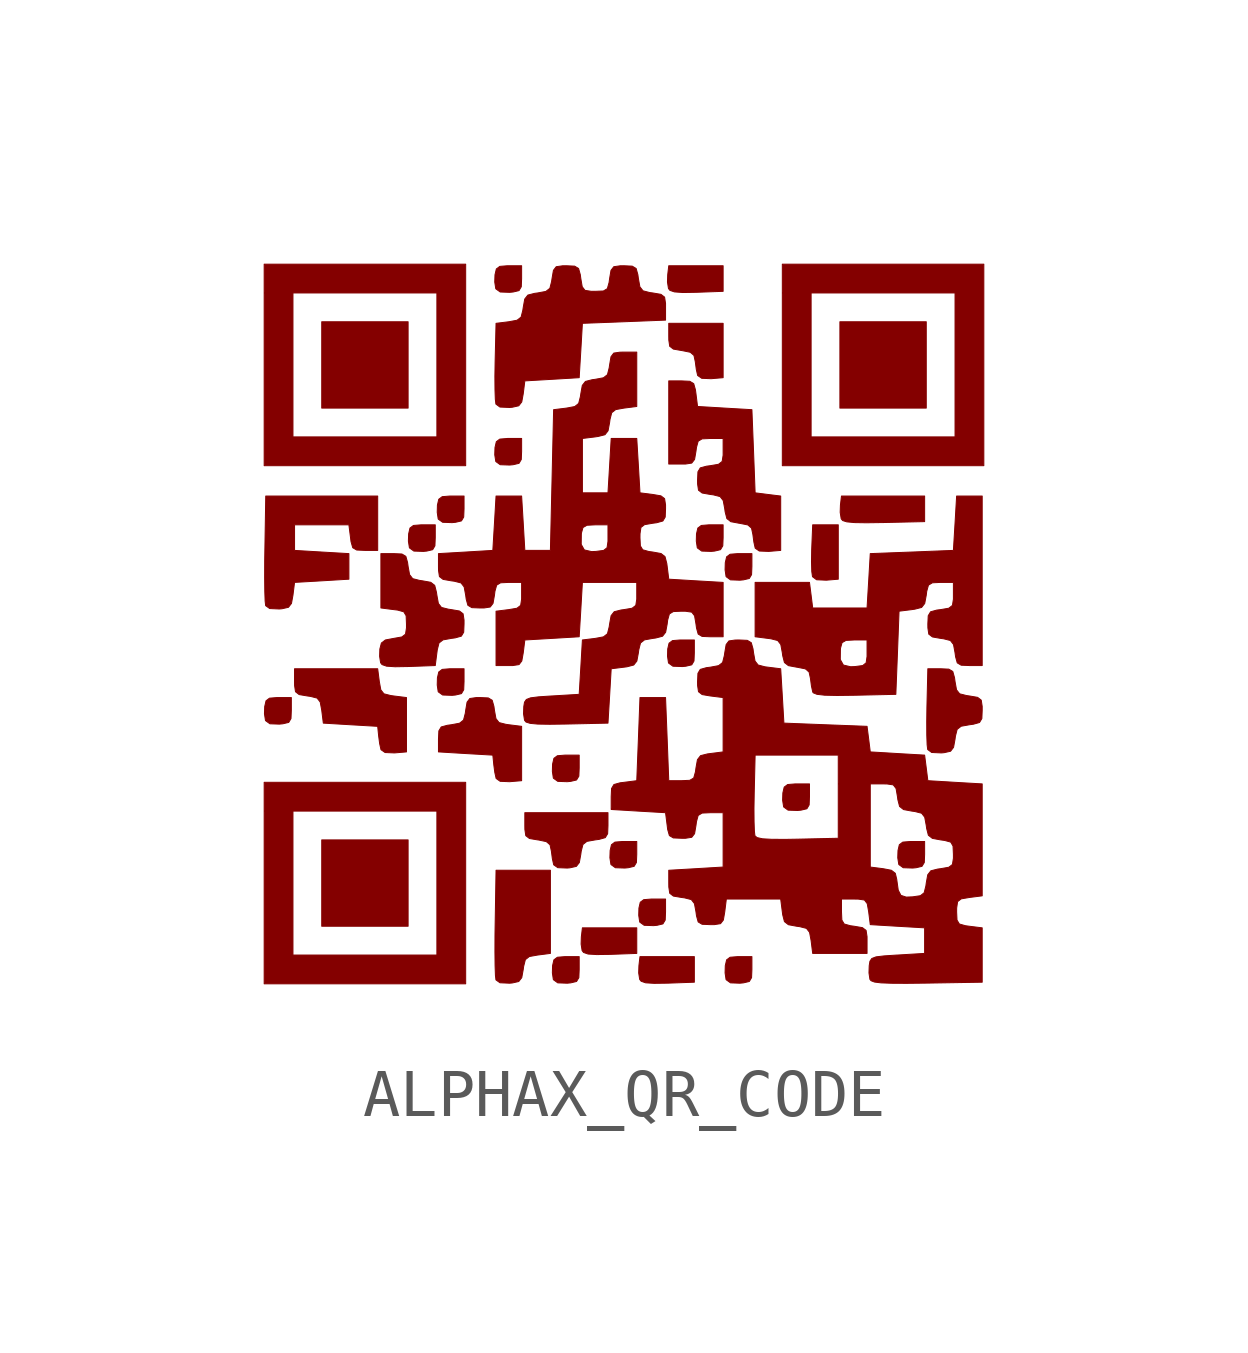
<source format=kicad_sym>
(kicad_symbol_lib
  (version 20220914)
  (generator kicad_symbol_editor)
  (symbol "ALPHAX_QR_CODE"
    (pin_names
      (offset 1.016))
    (property "Reference" "G"
      (at 0 9.365 0)
      (effects (font (size 1.27 1.27)) hide))
    (symbol "ALPHAX_QR_CODE_0_0"
      (polyline (pts (xy -4.533 -4.467) (xy -6.333 -4.467) (xy -6.333 -6.267) (xy -4.533 -6.267) (xy -4.533 -4.467)) (stroke (width 0.01) (type default)) (fill (type outline)))
      (polyline (pts (xy -4.533 6.333) (xy -6.333 6.333) (xy -6.333 4.533) (xy -4.533 4.533) (xy -4.533 6.333)) (stroke (width 0.01) (type default)) (fill (type outline)))
      (polyline (pts (xy 6.267 6.333) (xy 4.467 6.333) (xy 4.467 4.533) (xy 6.267 4.533) (xy 6.267 6.333)) (stroke (width 0.01) (type default)) (fill (type outline)))
      (polyline (pts (xy -0.318 -6.853) (xy 0.233 -6.833) (xy 0.233 -6.3) (xy -0.9 -6.3) (xy -0.922 -6.489) (xy -0.927 -6.639) (xy -0.906 -6.775) (xy -0.876 -6.813) (xy -0.782 -6.846) (xy -0.604 -6.857) (xy -0.318 -6.853)) (stroke (width 0.01) (type default)) (fill (type outline)))
      (polyline (pts (xy 0.882 -7.453) (xy 1.433 -7.433) (xy 1.433 -6.9) (xy 0.3 -6.9) (xy 0.278 -7.089) (xy 0.273 -7.239) (xy 0.294 -7.375) (xy 0.324 -7.413) (xy 0.418 -7.446) (xy 0.596 -7.457) (xy 0.882 -7.453)) (stroke (width 0.01) (type default)) (fill (type outline)))
      (polyline (pts (xy 1.482 6.947) (xy 2.033 6.967) (xy 2.033 7.5) (xy 0.9 7.5) (xy 0.878 7.311) (xy 0.873 7.161) (xy 0.894 7.025) (xy 0.924 6.987) (xy 1.018 6.955) (xy 1.196 6.942) (xy 1.482 6.947)) (stroke (width 0.01) (type default)) (fill (type outline)))
      (polyline (pts (xy 4.433 0.967) (xy 4.433 2.1) (xy 3.9 2.1) (xy 3.88 1.606) (xy 3.879 1.581) (xy 3.875 1.329) (xy 3.881 1.128) (xy 3.896 1.019) (xy 3.981 0.955) (xy 4.183 0.946) (xy 4.433 0.967)) (stroke (width 0.01) (type default)) (fill (type outline)))
      (polyline (pts (xy -3.333 -3.267) (xy -7.533 -3.267) (xy -7.533 -3.867) (xy -6.933 -3.867) (xy -3.933 -3.867) (xy -3.933 -6.867) (xy -6.933 -6.867) (xy -6.933 -3.867) (xy -7.533 -3.867) (xy -7.533 -7.467) (xy -3.333 -7.467) (xy -3.333 -3.267)) (stroke (width 0.01) (type default)) (fill (type outline)))
      (polyline (pts (xy -3.333 7.533) (xy -7.533 7.533) (xy -7.533 6.933) (xy -6.933 6.933) (xy -3.933 6.933) (xy -3.933 3.933) (xy -6.933 3.933) (xy -6.933 6.933) (xy -7.533 6.933) (xy -7.533 3.333) (xy -3.333 3.333) (xy -3.333 7.533)) (stroke (width 0.01) (type default)) (fill (type outline)))
      (polyline (pts (xy 5.382 2.148) (xy 6.233 2.167) (xy 6.233 2.7) (xy 4.5 2.7) (xy 4.478 2.511) (xy 4.473 2.361) (xy 4.494 2.226) (xy 4.525 2.189) (xy 4.611 2.162) (xy 4.769 2.147) (xy 5.019 2.143) (xy 5.382 2.148)) (stroke (width 0.01) (type default)) (fill (type outline)))
      (polyline (pts (xy 7.467 7.533) (xy 3.267 7.533) (xy 3.267 6.933) (xy 3.867 6.933) (xy 6.867 6.933) (xy 6.867 3.933) (xy 3.867 3.933) (xy 3.867 6.933) (xy 3.267 6.933) (xy 3.267 3.333) (xy 7.467 3.333) (xy 7.467 7.533)) (stroke (width 0.01) (type default)) (fill (type outline)))
      (polyline (pts (xy -7.144 -2.047) (xy -7.021 -2.018) (xy -6.974 -1.938) (xy -6.967 -1.767) (xy -6.967 -1.5) (xy -7.233 -1.5) (xy -7.264 -1.5) (xy -7.422 -1.513) (xy -7.494 -1.567) (xy -7.522 -1.689) (xy -7.527 -1.839) (xy -7.506 -1.976) (xy -7.503 -1.982) (xy -7.413 -2.047) (xy -7.217 -2.054) (xy -7.144 -2.047)) (stroke (width 0.01) (type default)) (fill (type outline)))
      (polyline (pts (xy -4.144 1.553) (xy -4.021 1.582) (xy -3.974 1.662) (xy -3.967 1.833) (xy -3.967 2.1) (xy -4.233 2.1) (xy -4.264 2.1) (xy -4.422 2.087) (xy -4.494 2.033) (xy -4.522 1.911) (xy -4.527 1.761) (xy -4.506 1.624) (xy -4.503 1.618) (xy -4.413 1.553) (xy -4.217 1.546) (xy -4.144 1.553)) (stroke (width 0.01) (type default)) (fill (type outline)))
      (polyline (pts (xy -3.544 -1.447) (xy -3.421 -1.418) (xy -3.374 -1.338) (xy -3.367 -1.167) (xy -3.367 -0.9) (xy -3.633 -0.9) (xy -3.664 -0.9) (xy -3.822 -0.913) (xy -3.894 -0.967) (xy -3.922 -1.089) (xy -3.926 -1.239) (xy -3.906 -1.376) (xy -3.903 -1.382) (xy -3.813 -1.447) (xy -3.617 -1.454) (xy -3.544 -1.447)) (stroke (width 0.01) (type default)) (fill (type outline)))
      (polyline (pts (xy -3.544 2.153) (xy -3.421 2.182) (xy -3.374 2.262) (xy -3.367 2.433) (xy -3.367 2.7) (xy -3.633 2.7) (xy -3.664 2.7) (xy -3.822 2.687) (xy -3.894 2.633) (xy -3.922 2.511) (xy -3.926 2.361) (xy -3.906 2.224) (xy -3.903 2.218) (xy -3.813 2.153) (xy -3.617 2.146) (xy -3.544 2.153)) (stroke (width 0.01) (type default)) (fill (type outline)))
      (polyline (pts (xy -2.344 3.353) (xy -2.221 3.382) (xy -2.174 3.462) (xy -2.167 3.633) (xy -2.167 3.9) (xy -2.433 3.9) (xy -2.464 3.9) (xy -2.622 3.887) (xy -2.694 3.833) (xy -2.722 3.711) (xy -2.727 3.561) (xy -2.706 3.424) (xy -2.703 3.418) (xy -2.613 3.353) (xy -2.417 3.346) (xy -2.344 3.353)) (stroke (width 0.01) (type default)) (fill (type outline)))
      (polyline (pts (xy -2.344 6.953) (xy -2.221 6.982) (xy -2.174 7.062) (xy -2.167 7.233) (xy -2.167 7.5) (xy -2.433 7.5) (xy -2.464 7.5) (xy -2.622 7.487) (xy -2.694 7.433) (xy -2.722 7.311) (xy -2.727 7.161) (xy -2.706 7.024) (xy -2.703 7.018) (xy -2.613 6.953) (xy -2.417 6.946) (xy -2.344 6.953)) (stroke (width 0.01) (type default)) (fill (type outline)))
      (polyline (pts (xy -1.144 -7.447) (xy -1.022 -7.418) (xy -0.974 -7.338) (xy -0.967 -7.167) (xy -0.967 -6.9) (xy -1.233 -6.9) (xy -1.264 -6.9) (xy -1.422 -6.913) (xy -1.494 -6.967) (xy -1.522 -7.089) (xy -1.526 -7.239) (xy -1.506 -7.376) (xy -1.503 -7.382) (xy -1.413 -7.447) (xy -1.217 -7.454) (xy -1.144 -7.447)) (stroke (width 0.01) (type default)) (fill (type outline)))
      (polyline (pts (xy -1.144 -3.247) (xy -1.022 -3.218) (xy -0.974 -3.138) (xy -0.967 -2.967) (xy -0.967 -2.7) (xy -1.233 -2.7) (xy -1.264 -2.7) (xy -1.422 -2.713) (xy -1.494 -2.767) (xy -1.522 -2.889) (xy -1.526 -3.039) (xy -1.506 -3.176) (xy -1.503 -3.182) (xy -1.413 -3.247) (xy -1.217 -3.254) (xy -1.144 -3.247)) (stroke (width 0.01) (type default)) (fill (type outline)))
      (polyline (pts (xy 0.056 -5.047) (xy 0.178 -5.018) (xy 0.226 -4.938) (xy 0.233 -4.767) (xy 0.233 -4.5) (xy -0.033 -4.5) (xy -0.064 -4.5) (xy -0.222 -4.513) (xy -0.294 -4.567) (xy -0.322 -4.689) (xy -0.327 -4.839) (xy -0.306 -4.976) (xy -0.303 -4.982) (xy -0.213 -5.047) (xy -0.017 -5.054) (xy 0.056 -5.047)) (stroke (width 0.01) (type default)) (fill (type outline)))
      (polyline (pts (xy 0.656 -6.247) (xy 0.778 -6.218) (xy 0.826 -6.138) (xy 0.833 -5.967) (xy 0.833 -5.7) (xy 0.567 -5.7) (xy 0.536 -5.7) (xy 0.378 -5.713) (xy 0.306 -5.767) (xy 0.278 -5.889) (xy 0.274 -6.039) (xy 0.294 -6.176) (xy 0.297 -6.182) (xy 0.387 -6.247) (xy 0.583 -6.254) (xy 0.656 -6.247)) (stroke (width 0.01) (type default)) (fill (type outline)))
      (polyline (pts (xy 1.256 -0.847) (xy 1.379 -0.818) (xy 1.426 -0.738) (xy 1.433 -0.567) (xy 1.433 -0.3) (xy 1.167 -0.3) (xy 1.136 -0.3) (xy 0.978 -0.313) (xy 0.906 -0.367) (xy 0.878 -0.489) (xy 0.874 -0.639) (xy 0.894 -0.776) (xy 0.897 -0.782) (xy 0.987 -0.847) (xy 1.183 -0.854) (xy 1.256 -0.847)) (stroke (width 0.01) (type default)) (fill (type outline)))
      (polyline (pts (xy 1.856 1.553) (xy 1.978 1.582) (xy 2.026 1.662) (xy 2.033 1.833) (xy 2.033 2.1) (xy 1.767 2.1) (xy 1.736 2.1) (xy 1.578 2.087) (xy 1.506 2.033) (xy 1.478 1.911) (xy 1.474 1.761) (xy 1.494 1.624) (xy 1.497 1.618) (xy 1.587 1.553) (xy 1.783 1.546) (xy 1.856 1.553)) (stroke (width 0.01) (type default)) (fill (type outline)))
      (polyline (pts (xy 2.456 -7.447) (xy 2.579 -7.418) (xy 2.626 -7.338) (xy 2.633 -7.167) (xy 2.633 -6.9) (xy 2.367 -6.9) (xy 2.336 -6.9) (xy 2.178 -6.913) (xy 2.106 -6.967) (xy 2.078 -7.089) (xy 2.074 -7.239) (xy 2.094 -7.376) (xy 2.097 -7.382) (xy 2.187 -7.447) (xy 2.383 -7.454) (xy 2.456 -7.447)) (stroke (width 0.01) (type default)) (fill (type outline)))
      (polyline (pts (xy 2.456 0.953) (xy 2.579 0.982) (xy 2.626 1.062) (xy 2.633 1.233) (xy 2.633 1.5) (xy 2.367 1.5) (xy 2.336 1.5) (xy 2.178 1.487) (xy 2.106 1.433) (xy 2.078 1.311) (xy 2.074 1.161) (xy 2.094 1.024) (xy 2.097 1.018) (xy 2.187 0.953) (xy 2.383 0.946) (xy 2.456 0.953)) (stroke (width 0.01) (type default)) (fill (type outline)))
      (polyline (pts (xy 3.656 -3.847) (xy 3.779 -3.818) (xy 3.826 -3.738) (xy 3.833 -3.567) (xy 3.833 -3.3) (xy 3.567 -3.3) (xy 3.536 -3.3) (xy 3.378 -3.313) (xy 3.306 -3.367) (xy 3.278 -3.489) (xy 3.273 -3.639) (xy 3.294 -3.776) (xy 3.297 -3.782) (xy 3.387 -3.847) (xy 3.583 -3.854) (xy 3.656 -3.847)) (stroke (width 0.01) (type default)) (fill (type outline)))
      (polyline (pts (xy 6.056 -5.047) (xy 6.178 -5.018) (xy 6.226 -4.938) (xy 6.233 -4.767) (xy 6.233 -4.5) (xy 5.967 -4.5) (xy 5.936 -4.5) (xy 5.778 -4.513) (xy 5.706 -4.567) (xy 5.678 -4.689) (xy 5.673 -4.839) (xy 5.694 -4.976) (xy 5.697 -4.982) (xy 5.787 -5.047) (xy 5.983 -5.054) (xy 6.056 -5.047)) (stroke (width 0.01) (type default)) (fill (type outline)))
      (polyline (pts (xy 2.033 5.167) (xy 2.033 6.3) (xy 0.9 6.3) (xy 0.9 6.033) (xy 0.901 5.951) (xy 0.92 5.821) (xy 0.996 5.763) (xy 1.167 5.733) (xy 1.181 5.731) (xy 1.348 5.697) (xy 1.425 5.631) (xy 1.453 5.5) (xy 1.474 5.34) (xy 1.502 5.213) (xy 1.587 5.154) (xy 1.783 5.146) (xy 2.033 5.167)) (stroke (width 0.01) (type default)) (fill (type outline)))
      (polyline (pts (xy -2.361 -7.449) (xy -2.227 -7.419) (xy -2.164 -7.338) (xy -2.133 -7.167) (xy -2.125 -7.105) (xy -2.089 -6.963) (xy -2.006 -6.898) (xy -1.833 -6.867) (xy -1.567 -6.833) (xy -1.567 -5.1) (xy -2.7 -5.1) (xy -2.718 -6.197) (xy -2.722 -6.452) (xy -2.723 -6.8) (xy -2.72 -7.087) (xy -2.713 -7.29) (xy -2.702 -7.385) (xy -2.618 -7.445) (xy -2.417 -7.454) (xy -2.361 -7.449)) (stroke (width 0.01) (type default)) (fill (type outline)))
      (polyline (pts (xy -4.567 -2.633) (xy -4.567 -1.5) (xy -4.833 -1.467) (xy -4.895 -1.458) (xy -5.037 -1.422) (xy -5.102 -1.339) (xy -5.133 -1.167) (xy -5.167 -0.9) (xy -6.9 -0.9) (xy -6.9 -1.167) (xy -6.899 -1.249) (xy -6.88 -1.379) (xy -6.804 -1.438) (xy -6.633 -1.467) (xy -6.572 -1.475) (xy -6.43 -1.511) (xy -6.365 -1.594) (xy -6.333 -1.767) (xy -6.3 -2.033) (xy -5.733 -2.067) (xy -5.167 -2.1) (xy -5.147 -2.3) (xy -5.126 -2.46) (xy -5.098 -2.587) (xy -5.013 -2.646) (xy -4.817 -2.654) (xy -4.567 -2.633)) (stroke (width 0.01) (type default)) (fill (type outline)))
      (polyline (pts (xy -1.161 -5.049) (xy -1.026 -5.019) (xy -0.964 -4.939) (xy -0.933 -4.767) (xy -0.925 -4.705) (xy -0.889 -4.563) (xy -0.806 -4.498) (xy -0.633 -4.467) (xy -0.551 -4.456) (xy -0.423 -4.42) (xy -0.374 -4.338) (xy -0.367 -4.167) (xy -0.367 -3.9) (xy -2.1 -3.9) (xy -2.1 -4.167) (xy -2.099 -4.249) (xy -2.08 -4.379) (xy -2.004 -4.438) (xy -1.833 -4.467) (xy -1.819 -4.468) (xy -1.652 -4.503) (xy -1.575 -4.569) (xy -1.547 -4.7) (xy -1.526 -4.86) (xy -1.498 -4.987) (xy -1.413 -5.046) (xy -1.217 -5.054) (xy -1.161 -5.049)) (stroke (width 0.01) (type default)) (fill (type outline)))
      (polyline (pts (xy -7.161 0.351) (xy -7.027 0.381) (xy -6.964 0.462) (xy -6.933 0.633) (xy -6.9 0.9) (xy -6.333 0.933) (xy -5.767 0.967) (xy -5.767 1.5) (xy -6.333 1.533) (xy -6.9 1.567) (xy -6.9 2.1) (xy -5.767 2.1) (xy -5.733 1.833) (xy -5.723 1.751) (xy -5.687 1.623) (xy -5.605 1.575) (xy -5.433 1.567) (xy -5.167 1.567) (xy -5.167 2.7) (xy -7.5 2.7) (xy -7.518 1.603) (xy -7.522 1.348) (xy -7.523 1) (xy -7.52 0.713) (xy -7.513 0.51) (xy -7.502 0.415) (xy -7.418 0.355) (xy -7.217 0.346) (xy -7.161 0.351)) (stroke (width 0.01) (type default)) (fill (type outline)))
      (polyline (pts (xy -2.167 -3.233) (xy -2.167 -2.1) (xy -2.433 -2.067) (xy -2.495 -2.058) (xy -2.637 -2.022) (xy -2.702 -1.939) (xy -2.733 -1.767) (xy -2.744 -1.685) (xy -2.78 -1.557) (xy -2.862 -1.508) (xy -3.033 -1.5) (xy -3.115 -1.501) (xy -3.246 -1.52) (xy -3.304 -1.596) (xy -3.333 -1.767) (xy -3.341 -1.828) (xy -3.378 -1.97) (xy -3.461 -2.035) (xy -3.633 -2.067) (xy -3.715 -2.078) (xy -3.843 -2.113) (xy -3.892 -2.195) (xy -3.9 -2.367) (xy -3.9 -2.633) (xy -3.333 -2.667) (xy -2.767 -2.7) (xy -2.747 -2.9) (xy -2.726 -3.06) (xy -2.698 -3.187) (xy -2.614 -3.246) (xy -2.417 -3.254) (xy -2.167 -3.233)) (stroke (width 0.01) (type default)) (fill (type outline)))
      (polyline (pts (xy 6.639 -2.649) (xy 6.774 -2.619) (xy 6.836 -2.538) (xy 6.867 -2.367) (xy 6.875 -2.305) (xy 6.911 -2.163) (xy 6.994 -2.098) (xy 7.167 -2.067) (xy 7.249 -2.056) (xy 7.377 -2.02) (xy 7.426 -1.938) (xy 7.433 -1.767) (xy 7.433 -1.685) (xy 7.413 -1.554) (xy 7.337 -1.496) (xy 7.167 -1.467) (xy 7.105 -1.458) (xy 6.963 -1.422) (xy 6.898 -1.339) (xy 6.867 -1.167) (xy 6.856 -1.085) (xy 6.82 -0.957) (xy 6.738 -0.908) (xy 6.567 -0.9) (xy 6.3 -0.9) (xy 6.281 -1.696) (xy 6.277 -2.004) (xy 6.278 -2.281) (xy 6.285 -2.484) (xy 6.297 -2.583) (xy 6.38 -2.645) (xy 6.583 -2.654) (xy 6.639 -2.649)) (stroke (width 0.01) (type default)) (fill (type outline)))
      (polyline (pts (xy -4.518 -0.853) (xy -3.967 -0.833) (xy -3.933 -0.567) (xy -3.925 -0.505) (xy -3.889 -0.363) (xy -3.806 -0.298) (xy -3.633 -0.267) (xy -3.551 -0.256) (xy -3.423 -0.22) (xy -3.374 -0.138) (xy -3.367 0.033) (xy -3.367 0.115) (xy -3.387 0.246) (xy -3.463 0.304) (xy -3.633 0.333) (xy -3.695 0.342) (xy -3.837 0.378) (xy -3.902 0.461) (xy -3.933 0.633) (xy -3.942 0.695) (xy -3.978 0.837) (xy -4.061 0.902) (xy -4.233 0.933) (xy -4.295 0.942) (xy -4.437 0.978) (xy -4.502 1.061) (xy -4.533 1.233) (xy -4.544 1.315) (xy -4.58 1.443) (xy -4.662 1.492) (xy -4.833 1.5) (xy -5.1 1.5) (xy -5.1 0.367) (xy -4.833 0.333) (xy -4.751 0.323) (xy -4.623 0.287) (xy -4.574 0.205) (xy -4.567 0.033) (xy -4.567 -0.049) (xy -4.587 -0.179) (xy -4.663 -0.237) (xy -4.833 -0.267) (xy -5.007 -0.3) (xy -5.09 -0.364) (xy -5.122 -0.489) (xy -5.127 -0.639) (xy -5.106 -0.775) (xy -5.076 -0.813) (xy -4.982 -0.846) (xy -4.804 -0.858) (xy -4.518 -0.853)) (stroke (width 0.01) (type default)) (fill (type outline)))
      (polyline (pts (xy 3.233 1.567) (xy 3.233 2.7) (xy 2.967 2.733) (xy 2.7 2.767) (xy 2.667 3.633) (xy 2.633 4.5) (xy 2.067 4.533) (xy 1.5 4.567) (xy 1.467 4.833) (xy 1.456 4.915) (xy 1.42 5.043) (xy 1.338 5.092) (xy 1.167 5.1) (xy 0.9 5.1) (xy 0.9 3.367) (xy 1.167 3.367) (xy 1.249 3.367) (xy 1.379 3.387) (xy 1.438 3.463) (xy 1.467 3.633) (xy 1.478 3.715) (xy 1.513 3.843) (xy 1.595 3.892) (xy 1.767 3.9) (xy 2.033 3.9) (xy 2.033 3.633) (xy 2.033 3.551) (xy 2.013 3.421) (xy 1.937 3.362) (xy 1.767 3.333) (xy 1.685 3.322) (xy 1.557 3.287) (xy 1.508 3.205) (xy 1.5 3.033) (xy 1.501 2.951) (xy 1.52 2.821) (xy 1.596 2.763) (xy 1.767 2.733) (xy 1.828 2.725) (xy 1.97 2.689) (xy 2.035 2.606) (xy 2.067 2.433) (xy 2.075 2.372) (xy 2.111 2.23) (xy 2.194 2.165) (xy 2.367 2.133) (xy 2.381 2.131) (xy 2.548 2.098) (xy 2.625 2.031) (xy 2.653 1.9) (xy 2.674 1.74) (xy 2.702 1.613) (xy 2.787 1.554) (xy 2.983 1.546) (xy 3.233 1.567)) (stroke (width 0.01) (type default)) (fill (type outline)))
      (polyline (pts (xy -2.361 4.551) (xy -2.227 4.581) (xy -2.164 4.662) (xy -2.133 4.833) (xy -2.1 5.1) (xy -1.533 5.133) (xy -0.967 5.167) (xy -0.933 5.733) (xy -0.9 6.3) (xy -0.033 6.333) (xy 0.833 6.367) (xy 0.833 6.633) (xy 0.833 6.715) (xy 0.813 6.846) (xy 0.737 6.904) (xy 0.567 6.933) (xy 0.505 6.941) (xy 0.363 6.978) (xy 0.298 7.061) (xy 0.267 7.233) (xy 0.256 7.315) (xy 0.22 7.443) (xy 0.138 7.492) (xy -0.033 7.5) (xy -0.115 7.499) (xy -0.246 7.48) (xy -0.304 7.404) (xy -0.333 7.233) (xy -0.344 7.151) (xy -0.38 7.023) (xy -0.462 6.974) (xy -0.633 6.967) (xy -0.715 6.967) (xy -0.846 6.987) (xy -0.904 7.063) (xy -0.933 7.233) (xy -0.944 7.315) (xy -0.98 7.443) (xy -1.062 7.492) (xy -1.233 7.5) (xy -1.315 7.499) (xy -1.446 7.48) (xy -1.504 7.404) (xy -1.533 7.233) (xy -1.542 7.172) (xy -1.578 7.03) (xy -1.661 6.965) (xy -1.833 6.933) (xy -1.895 6.925) (xy -2.037 6.889) (xy -2.102 6.806) (xy -2.133 6.633) (xy -2.142 6.572) (xy -2.178 6.43) (xy -2.261 6.365) (xy -2.433 6.333) (xy -2.7 6.3) (xy -2.719 5.504) (xy -2.724 5.196) (xy -2.722 4.919) (xy -2.715 4.716) (xy -2.703 4.617) (xy -2.619 4.555) (xy -2.417 4.546) (xy -2.361 4.551)) (stroke (width 0.01) (type default)) (fill (type outline)))
      (polyline (pts (xy 4.782 -1.452) (xy 5.633 -1.433) (xy 5.667 -0.567) (xy 5.7 0.3) (xy 5.967 0.333) (xy 6.028 0.342) (xy 6.17 0.378) (xy 6.235 0.461) (xy 6.267 0.633) (xy 6.277 0.715) (xy 6.313 0.843) (xy 6.395 0.892) (xy 6.567 0.9) (xy 6.833 0.9) (xy 6.833 0.633) (xy 6.833 0.551) (xy 6.813 0.421) (xy 6.737 0.362) (xy 6.567 0.333) (xy 6.485 0.323) (xy 6.357 0.287) (xy 6.308 0.205) (xy 6.3 0.033) (xy 6.301 -0.049) (xy 6.32 -0.179) (xy 6.396 -0.237) (xy 6.567 -0.267) (xy 6.628 -0.275) (xy 6.77 -0.311) (xy 6.835 -0.394) (xy 6.867 -0.567) (xy 6.878 -0.649) (xy 6.913 -0.777) (xy 6.995 -0.826) (xy 7.167 -0.833) (xy 7.433 -0.833) (xy 7.433 2.7) (xy 6.9 2.7) (xy 6.867 2.133) (xy 6.833 1.567) (xy 5.967 1.533) (xy 5.1 1.5) (xy 5.067 0.933) (xy 5.033 0.367) (xy 3.9 0.367) (xy 3.867 0.633) (xy 3.833 0.9) (xy 2.7 0.9) (xy 2.7 -0.233) (xy 2.967 -0.267) (xy 3.028 -0.275) (xy 3.17 -0.311) (xy 3.235 -0.394) (xy 3.267 -0.567) (xy 3.275 -0.628) (xy 3.295 -0.707) (xy 4.475 -0.707) (xy 4.478 -0.489) (xy 4.481 -0.467) (xy 4.512 -0.356) (xy 4.593 -0.309) (xy 4.767 -0.3) (xy 5.033 -0.3) (xy 5.033 -0.567) (xy 5.033 -0.644) (xy 5.014 -0.776) (xy 4.943 -0.833) (xy 4.783 -0.854) (xy 4.691 -0.858) (xy 4.54 -0.823) (xy 4.475 -0.707) (xy 3.295 -0.707) (xy 3.311 -0.77) (xy 3.394 -0.835) (xy 3.567 -0.867) (xy 3.581 -0.869) (xy 3.748 -0.902) (xy 3.825 -0.969) (xy 3.853 -1.1) (xy 3.874 -1.26) (xy 3.901 -1.385) (xy 3.913 -1.402) (xy 3.99 -1.433) (xy 4.149 -1.451) (xy 4.407 -1.457) (xy 4.782 -1.452)) (stroke (width 0.01) (type default)) (fill (type outline)))
      (polyline (pts (xy -1.218 -2.052) (xy -0.367 -2.033) (xy -0.333 -1.467) (xy -0.3 -0.9) (xy -0.033 -0.867) (xy 0.028 -0.859) (xy 0.17 -0.822) (xy 0.235 -0.739) (xy 0.267 -0.567) (xy 0.275 -0.505) (xy 0.311 -0.363) (xy 0.394 -0.298) (xy 0.567 -0.267) (xy 0.628 -0.259) (xy 0.77 -0.222) (xy 0.835 -0.139) (xy 0.867 0.033) (xy 0.877 0.115) (xy 0.913 0.243) (xy 0.995 0.292) (xy 1.167 0.3) (xy 1.249 0.299) (xy 1.379 0.28) (xy 1.438 0.204) (xy 1.467 0.033) (xy 1.478 -0.049) (xy 1.513 -0.177) (xy 1.595 -0.226) (xy 1.767 -0.233) (xy 2.033 -0.233) (xy 2.033 0.9) (xy 1.467 0.933) (xy 0.9 0.967) (xy 0.867 1.233) (xy 0.859 1.295) (xy 0.822 1.437) (xy 0.739 1.502) (xy 0.567 1.533) (xy 0.485 1.544) (xy 0.357 1.58) (xy 0.308 1.662) (xy 0.3 1.833) (xy 0.301 1.915) (xy 0.32 2.046) (xy 0.396 2.104) (xy 0.567 2.133) (xy 0.649 2.144) (xy 0.777 2.18) (xy 0.826 2.262) (xy 0.833 2.433) (xy 0.833 2.515) (xy 0.813 2.646) (xy 0.737 2.704) (xy 0.567 2.733) (xy 0.3 2.767) (xy 0.267 3.333) (xy 0.233 3.9) (xy -0.3 3.9) (xy -0.333 3.333) (xy -0.367 2.767) (xy -0.9 2.767) (xy -0.9 3.9) (xy -0.633 3.933) (xy -0.572 3.942) (xy -0.43 3.978) (xy -0.365 4.061) (xy -0.333 4.233) (xy -0.325 4.295) (xy -0.289 4.437) (xy -0.206 4.502) (xy -0.033 4.533) (xy 0.233 4.567) (xy 0.233 5.7) (xy -0.033 5.7) (xy -0.115 5.699) (xy -0.246 5.68) (xy -0.304 5.604) (xy -0.333 5.433) (xy -0.342 5.372) (xy -0.378 5.23) (xy -0.461 5.165) (xy -0.633 5.133) (xy -0.695 5.125) (xy -0.837 5.089) (xy -0.902 5.006) (xy -0.933 4.833) (xy -0.942 4.772) (xy -0.978 4.63) (xy -1.061 4.565) (xy -1.233 4.533) (xy -1.5 4.5) (xy -1.533 3.033) (xy -1.564 1.693) (xy -0.925 1.693) (xy -0.922 1.911) (xy -0.919 1.933) (xy -0.888 2.044) (xy -0.806 2.091) (xy -0.633 2.1) (xy -0.367 2.1) (xy -0.367 1.833) (xy -0.367 1.756) (xy -0.386 1.623) (xy -0.457 1.567) (xy -0.617 1.546) (xy -0.709 1.542) (xy -0.86 1.577) (xy -0.925 1.693) (xy -1.564 1.693) (xy -1.567 1.567) (xy -2.1 1.567) (xy -2.133 2.133) (xy -2.167 2.7) (xy -2.7 2.7) (xy -2.733 2.133) (xy -2.767 1.567) (xy -3.333 1.533) (xy -3.9 1.5) (xy -3.9 1.233) (xy -3.899 1.151) (xy -3.88 1.021) (xy -3.804 0.963) (xy -3.633 0.933) (xy -3.572 0.925) (xy -3.43 0.889) (xy -3.365 0.806) (xy -3.333 0.633) (xy -3.322 0.551) (xy -3.287 0.423) (xy -3.205 0.374) (xy -3.033 0.367) (xy -2.951 0.367) (xy -2.821 0.387) (xy -2.763 0.463) (xy -2.733 0.633) (xy -2.723 0.715) (xy -2.687 0.843) (xy -2.605 0.892) (xy -2.433 0.9) (xy -2.167 0.9) (xy -2.167 0.633) (xy -2.167 0.551) (xy -2.187 0.421) (xy -2.263 0.362) (xy -2.433 0.333) (xy -2.7 0.3) (xy -2.7 -0.833) (xy -2.433 -0.833) (xy -2.351 -0.833) (xy -2.221 -0.813) (xy -2.163 -0.737) (xy -2.133 -0.567) (xy -2.1 -0.3) (xy -1.533 -0.267) (xy -0.967 -0.233) (xy -0.933 0.333) (xy -0.9 0.9) (xy 0.233 0.9) (xy 0.233 0.633) (xy 0.233 0.551) (xy 0.213 0.421) (xy 0.137 0.362) (xy -0.033 0.333) (xy -0.095 0.325) (xy -0.237 0.289) (xy -0.302 0.206) (xy -0.333 0.033) (xy -0.342 -0.028) (xy -0.378 -0.17) (xy -0.461 -0.235) (xy -0.633 -0.267) (xy -0.9 -0.3) (xy -0.933 -0.867) (xy -0.967 -1.433) (xy -1.533 -1.467) (xy -1.542 -1.467) (xy -1.813 -1.485) (xy -1.98 -1.506) (xy -2.068 -1.54) (xy -2.107 -1.597) (xy -2.122 -1.689) (xy -2.127 -1.839) (xy -2.106 -1.974) (xy -2.075 -2.011) (xy -1.989 -2.038) (xy -1.831 -2.053) (xy -1.581 -2.057) (xy -1.218 -2.052)) (stroke (width 0.01) (type default)) (fill (type outline)))
      (polyline (pts (xy 6.282 -7.452) (xy 7.433 -7.433) (xy 7.433 -6.3) (xy 7.167 -6.267) (xy 7.085 -6.256) (xy 6.957 -6.22) (xy 6.908 -6.138) (xy 6.9 -5.967) (xy 6.901 -5.885) (xy 6.92 -5.754) (xy 6.996 -5.696) (xy 7.167 -5.667) (xy 7.433 -5.633) (xy 7.433 -3.3) (xy 6.867 -3.267) (xy 6.3 -3.233) (xy 6.267 -2.967) (xy 6.233 -2.7) (xy 5.667 -2.667) (xy 5.1 -2.633) (xy 5.067 -2.367) (xy 5.033 -2.1) (xy 4.167 -2.067) (xy 3.3 -2.033) (xy 3.267 -1.467) (xy 3.233 -0.9) (xy 2.967 -0.867) (xy 2.905 -0.859) (xy 2.763 -0.822) (xy 2.698 -0.739) (xy 2.667 -0.567) (xy 2.656 -0.485) (xy 2.62 -0.357) (xy 2.538 -0.308) (xy 2.367 -0.3) (xy 2.285 -0.301) (xy 2.154 -0.32) (xy 2.096 -0.396) (xy 2.067 -0.567) (xy 2.058 -0.628) (xy 2.022 -0.77) (xy 1.939 -0.835) (xy 1.767 -0.867) (xy 1.685 -0.877) (xy 1.557 -0.913) (xy 1.508 -0.995) (xy 1.5 -1.167) (xy 1.501 -1.249) (xy 1.52 -1.379) (xy 1.596 -1.438) (xy 1.767 -1.467) (xy 2.033 -1.5) (xy 2.033 -2.633) (xy 1.767 -2.667) (xy 1.705 -2.675) (xy 1.563 -2.711) (xy 1.498 -2.794) (xy 1.467 -2.967) (xy 1.456 -3.049) (xy 1.42 -3.177) (xy 1.338 -3.225) (xy 1.167 -3.233) (xy 0.9 -3.233) (xy 0.867 -2.367) (xy 0.833 -1.5) (xy 0.3 -1.5) (xy 0.267 -2.367) (xy 0.233 -3.233) (xy -0.033 -3.267) (xy -0.115 -3.277) (xy -0.243 -3.313) (xy -0.292 -3.395) (xy -0.3 -3.567) (xy -0.3 -3.815) (xy 2.676 -3.815) (xy 2.681 -3.496) (xy 2.7 -2.7) (xy 4.433 -2.7) (xy 4.433 -3.3) (xy 5.1 -3.3) (xy 5.367 -3.3) (xy 5.449 -3.301) (xy 5.579 -3.32) (xy 5.638 -3.396) (xy 5.667 -3.567) (xy 5.675 -3.628) (xy 5.711 -3.77) (xy 5.794 -3.835) (xy 5.967 -3.867) (xy 6.028 -3.875) (xy 6.17 -3.911) (xy 6.235 -3.994) (xy 6.267 -4.167) (xy 6.275 -4.228) (xy 6.311 -4.37) (xy 6.394 -4.435) (xy 6.567 -4.467) (xy 6.649 -4.478) (xy 6.777 -4.513) (xy 6.825 -4.595) (xy 6.833 -4.767) (xy 6.833 -4.849) (xy 6.813 -4.979) (xy 6.737 -5.037) (xy 6.567 -5.067) (xy 6.505 -5.075) (xy 6.363 -5.111) (xy 6.298 -5.194) (xy 6.267 -5.367) (xy 6.259 -5.427) (xy 6.223 -5.569) (xy 6.145 -5.63) (xy 5.983 -5.654) (xy 5.848 -5.659) (xy 5.739 -5.623) (xy 5.683 -5.514) (xy 5.653 -5.3) (xy 5.652 -5.289) (xy 5.622 -5.163) (xy 5.54 -5.1) (xy 5.367 -5.067) (xy 5.1 -5.033) (xy 5.1 -3.3) (xy 4.433 -3.3) (xy 4.433 -4.433) (xy 3.582 -4.452) (xy 3.35 -4.456) (xy 3.049 -4.455) (xy 2.853 -4.444) (xy 2.741 -4.419) (xy 2.696 -4.381) (xy 2.685 -4.288) (xy 2.678 -4.089) (xy 2.676 -3.815) (xy -0.3 -3.815) (xy -0.3 -3.833) (xy 0.267 -3.867) (xy 0.833 -3.9) (xy 0.867 -4.167) (xy 0.877 -4.249) (xy 0.913 -4.377) (xy 0.995 -4.426) (xy 1.167 -4.433) (xy 1.249 -4.433) (xy 1.379 -4.413) (xy 1.438 -4.337) (xy 1.467 -4.167) (xy 1.478 -4.085) (xy 1.513 -3.957) (xy 1.595 -3.908) (xy 1.767 -3.9) (xy 2.033 -3.9) (xy 2.033 -5.033) (xy 1.467 -5.067) (xy 0.9 -5.1) (xy 0.9 -5.367) (xy 0.901 -5.449) (xy 0.92 -5.579) (xy 0.996 -5.638) (xy 1.167 -5.667) (xy 1.228 -5.675) (xy 1.37 -5.711) (xy 1.435 -5.794) (xy 1.467 -5.967) (xy 1.478 -6.049) (xy 1.513 -6.177) (xy 1.595 -6.226) (xy 1.767 -6.233) (xy 1.849 -6.233) (xy 1.979 -6.213) (xy 2.038 -6.137) (xy 2.067 -5.967) (xy 2.1 -5.7) (xy 3.233 -5.7) (xy 3.267 -5.967) (xy 3.275 -6.028) (xy 3.311 -6.17) (xy 3.394 -6.235) (xy 3.567 -6.267) (xy 3.628 -6.275) (xy 3.77 -6.311) (xy 3.835 -6.394) (xy 3.867 -6.567) (xy 3.9 -6.833) (xy 5.033 -6.833) (xy 5.033 -6.567) (xy 5.033 -6.485) (xy 5.013 -6.354) (xy 4.937 -6.296) (xy 4.767 -6.267) (xy 4.685 -6.256) (xy 4.557 -6.22) (xy 4.508 -6.138) (xy 4.5 -5.967) (xy 4.5 -5.7) (xy 4.767 -5.7) (xy 4.849 -5.701) (xy 4.979 -5.72) (xy 5.037 -5.796) (xy 5.067 -5.967) (xy 5.1 -6.233) (xy 5.667 -6.267) (xy 6.233 -6.3) (xy 6.233 -6.833) (xy 5.667 -6.867) (xy 5.658 -6.867) (xy 5.387 -6.885) (xy 5.22 -6.905) (xy 5.132 -6.939) (xy 5.093 -6.997) (xy 5.078 -7.089) (xy 5.073 -7.239) (xy 5.093 -7.374) (xy 5.118 -7.403) (xy 5.189 -7.43) (xy 5.324 -7.447) (xy 5.54 -7.455) (xy 5.853 -7.457) (xy 6.282 -7.452)) (stroke (width 0.01) (type default)) (fill (type outline))))))
</source>
